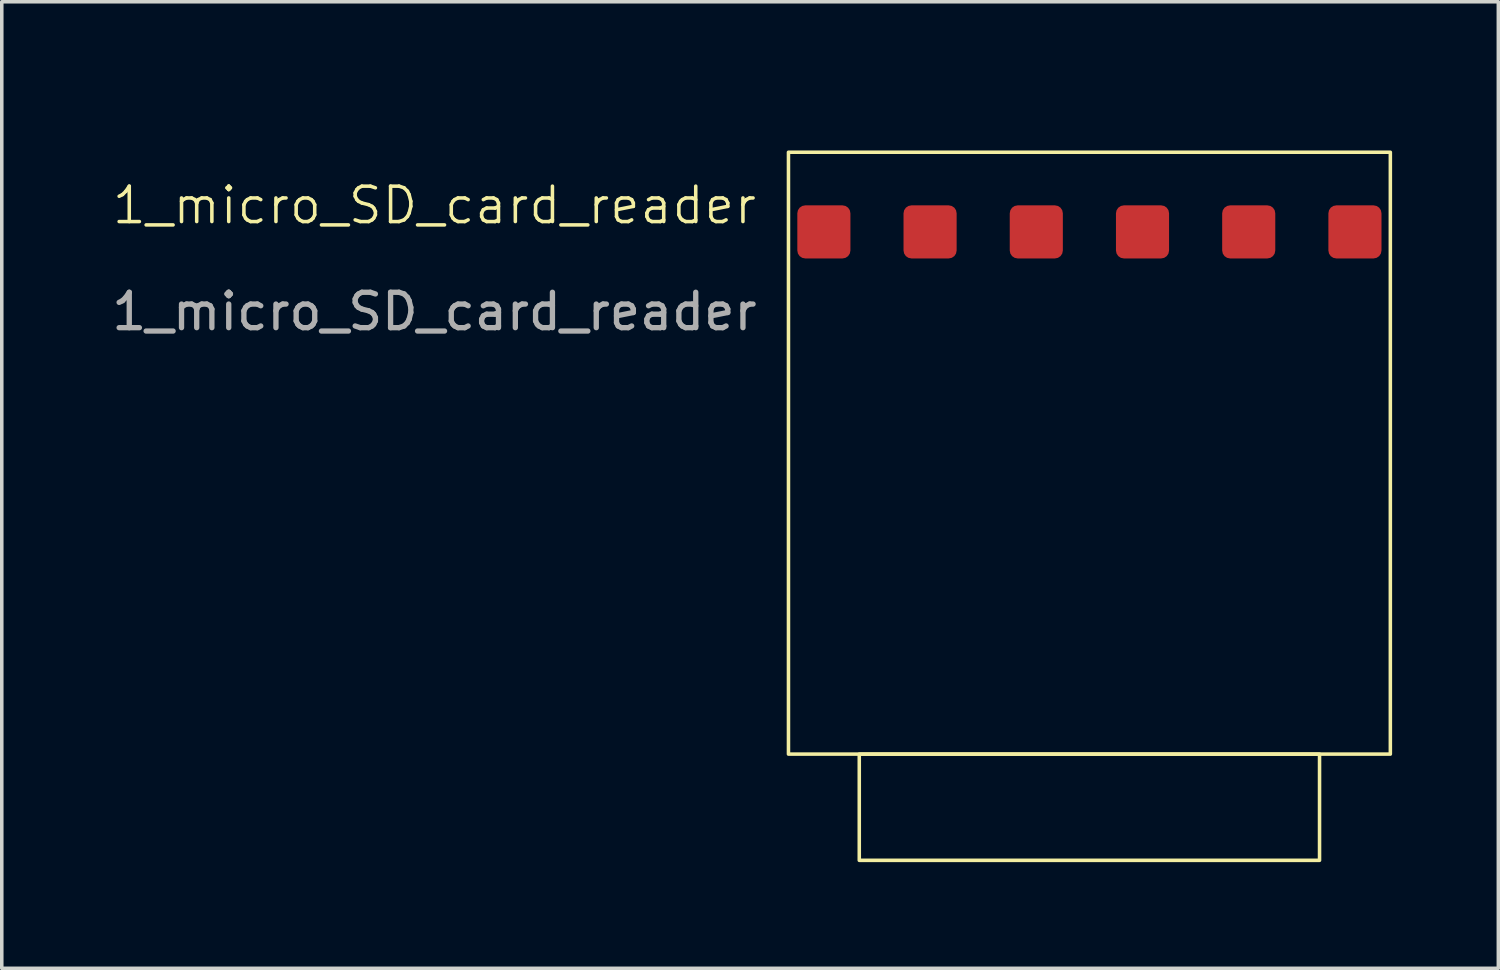
<source format=kicad_pcb>
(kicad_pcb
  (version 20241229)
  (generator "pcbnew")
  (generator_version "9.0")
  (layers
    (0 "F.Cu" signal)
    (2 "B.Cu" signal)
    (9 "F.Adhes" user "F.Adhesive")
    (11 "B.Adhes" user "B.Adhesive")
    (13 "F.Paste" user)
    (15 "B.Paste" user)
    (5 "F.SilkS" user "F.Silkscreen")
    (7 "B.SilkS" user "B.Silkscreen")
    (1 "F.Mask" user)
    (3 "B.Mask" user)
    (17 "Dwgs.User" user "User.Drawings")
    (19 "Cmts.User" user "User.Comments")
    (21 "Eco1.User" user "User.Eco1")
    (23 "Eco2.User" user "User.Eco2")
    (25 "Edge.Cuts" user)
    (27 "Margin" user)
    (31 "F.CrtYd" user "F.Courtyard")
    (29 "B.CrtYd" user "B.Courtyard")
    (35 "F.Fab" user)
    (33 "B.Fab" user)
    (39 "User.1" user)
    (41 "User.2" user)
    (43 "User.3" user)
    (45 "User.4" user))
  (footprint "1_micro_SD_card_reader"
    (layer "F.Cu")
    (at 27.22 0.25)
    (property "Reference" "1_micro_SD_card_reader" (at -18 2.5 0) (unlocked yes) (layer "F.SilkS") (effects (font (size 1 1) (thickness 0.1))))
    (attr smd)
    (fp_rect (start -8 1) (end 9 18) (stroke (width 0.1) (type default)) (fill no) (layer "F.SilkS"))
    (fp_rect (start -6 18) (end 7 21) (stroke (width 0.1) (type default)) (fill no) (layer "F.SilkS"))
    (fp_text user "${REFERENCE}" (at -18 5.5 0) (unlocked yes) (layer "F.Fab") (effects (font (size 1 1) (thickness 0.15))))
    (pad "1" smd roundrect (at -7 3.25) (size 1.5 1.5) (layers "F.Cu" "F.Mask" "F.Paste") (roundrect_rratio 0.15))
    (pad "2" smd roundrect (at -4 3.25) (size 1.5 1.5) (layers "F.Cu" "F.Mask" "F.Paste") (roundrect_rratio 0.15))
    (pad "3" smd roundrect (at -1 3.25) (size 1.5 1.5) (layers "F.Cu" "F.Mask" "F.Paste") (roundrect_rratio 0.15))
    (pad "4" smd roundrect (at 2 3.25) (size 1.5 1.5) (layers "F.Cu" "F.Mask" "F.Paste") (roundrect_rratio 0.15))
    (pad "5" smd roundrect (at 5 3.25) (size 1.5 1.5) (layers "F.Cu" "F.Mask" "F.Paste") (roundrect_rratio 0.15))
    (pad "6" smd roundrect (at 8 3.25) (size 1.5 1.5) (layers "F.Cu" "F.Mask" "F.Paste") (roundrect_rratio 0.15)))
  (gr_rect
    (start -3 -3)
    (end 39.27 24.3)
    (stroke (width 0.1) (type default))
    (fill no)
    (layer "Edge.Cuts")))
</source>
